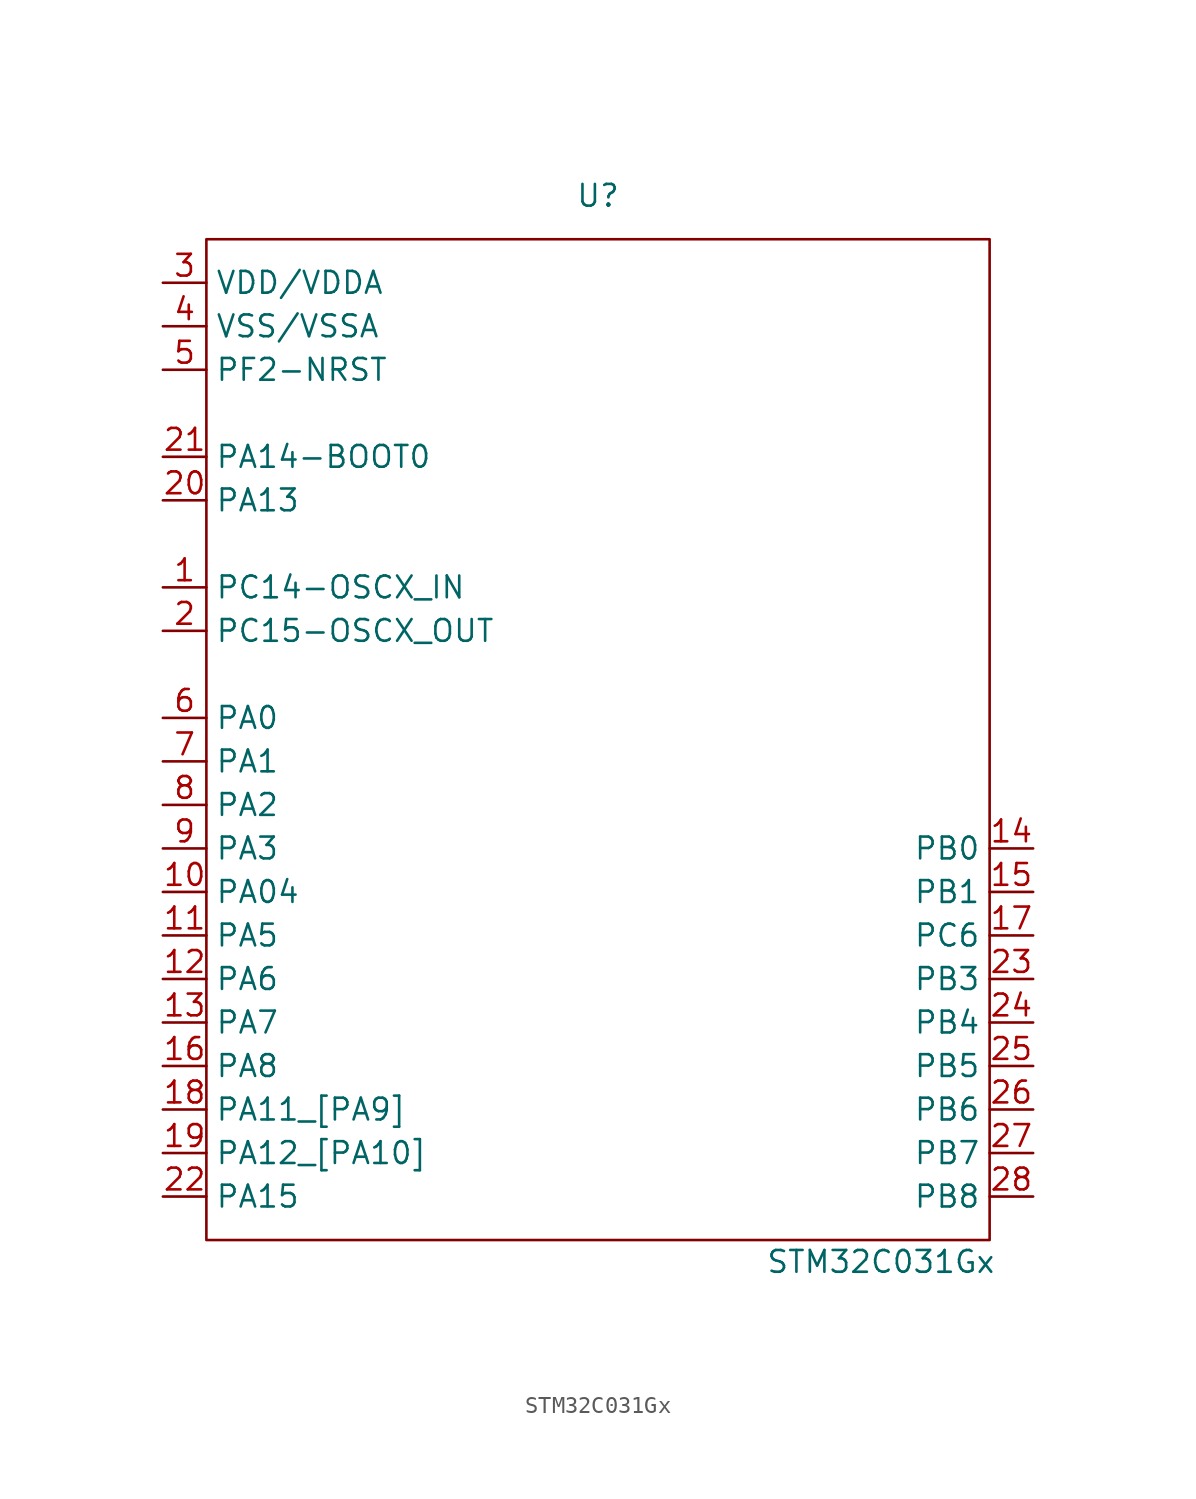
<source format=kicad_sym>
(kicad_symbol_lib
  (version 20211014)
  (generator kicad_symbol_editor)
  (symbol "STM32C031Gx"
    (property "Reference" "U"
      (at 0 -2.54 0)
      (effects (font (size 1.27 1.27))))
    (property "Value" "STM32C031Gx"
      (at 16.51 -64.77 0)
      (effects (font (size 1.27 1.27))))
    (symbol "STM32C031Gx_0_1"
      (rectangle (start -22.86 -5.08) (end 22.86 -63.5) (stroke (width 0) (type default) (color 0 0 0 0)) (fill (type none))))
    (symbol "STM32C031Gx_1_1"
      (pin input line (at -25.4 -25.4 0) (length 2.54) (name "PC14-OSCX_IN" (effects (font (size 1.27 1.27)))) (number "1" (effects (font (size 1.27 1.27)))))
      (pin input line (at -25.4 -43.18 0) (length 2.54) (name "PA04" (effects (font (size 1.27 1.27)))) (number "10" (effects (font (size 1.27 1.27)))))
      (pin input line (at -25.4 -45.72 0) (length 2.54) (name "PA5" (effects (font (size 1.27 1.27)))) (number "11" (effects (font (size 1.27 1.27)))))
      (pin input line (at -25.4 -48.26 0) (length 2.54) (name "PA6" (effects (font (size 1.27 1.27)))) (number "12" (effects (font (size 1.27 1.27)))))
      (pin input line (at -25.4 -50.8 0) (length 2.54) (name "PA7" (effects (font (size 1.27 1.27)))) (number "13" (effects (font (size 1.27 1.27)))))
      (pin input line (at 25.4 -40.64 180) (length 2.54) (name "PB0" (effects (font (size 1.27 1.27)))) (number "14" (effects (font (size 1.27 1.27)))))
      (pin input line (at 25.4 -43.18 180) (length 2.54) (name "PB1" (effects (font (size 1.27 1.27)))) (number "15" (effects (font (size 1.27 1.27)))))
      (pin input line (at -25.4 -53.34 0) (length 2.54) (name "PA8" (effects (font (size 1.27 1.27)))) (number "16" (effects (font (size 1.27 1.27)))))
      (pin input line (at 25.4 -45.72 180) (length 2.54) (name "PC6" (effects (font (size 1.27 1.27)))) (number "17" (effects (font (size 1.27 1.27)))))
      (pin input line (at -25.4 -55.88 0) (length 2.54) (name "PA11_[PA9]" (effects (font (size 1.27 1.27)))) (number "18" (effects (font (size 1.27 1.27)))))
      (pin input line (at -25.4 -58.42 0) (length 2.54) (name "PA12_[PA10]" (effects (font (size 1.27 1.27)))) (number "19" (effects (font (size 1.27 1.27)))))
      (pin input line (at -25.4 -27.94 0) (length 2.54) (name "PC15-OSCX_OUT" (effects (font (size 1.27 1.27)))) (number "2" (effects (font (size 1.27 1.27)))))
      (pin input line (at -25.4 -20.32 0) (length 2.54) (name "PA13" (effects (font (size 1.27 1.27)))) (number "20" (effects (font (size 1.27 1.27)))))
      (pin input line (at -25.4 -17.78 0) (length 2.54) (name "PA14-BOOT0" (effects (font (size 1.27 1.27)))) (number "21" (effects (font (size 1.27 1.27)))))
      (pin input line (at -25.4 -60.96 0) (length 2.54) (name "PA15" (effects (font (size 1.27 1.27)))) (number "22" (effects (font (size 1.27 1.27)))))
      (pin input line (at 25.4 -48.26 180) (length 2.54) (name "PB3" (effects (font (size 1.27 1.27)))) (number "23" (effects (font (size 1.27 1.27)))))
      (pin input line (at 25.4 -50.8 180) (length 2.54) (name "PB4" (effects (font (size 1.27 1.27)))) (number "24" (effects (font (size 1.27 1.27)))))
      (pin input line (at 25.4 -53.34 180) (length 2.54) (name "PB5" (effects (font (size 1.27 1.27)))) (number "25" (effects (font (size 1.27 1.27)))))
      (pin input line (at 25.4 -55.88 180) (length 2.54) (name "PB6" (effects (font (size 1.27 1.27)))) (number "26" (effects (font (size 1.27 1.27)))))
      (pin input line (at 25.4 -58.42 180) (length 2.54) (name "PB7" (effects (font (size 1.27 1.27)))) (number "27" (effects (font (size 1.27 1.27)))))
      (pin input line (at 25.4 -60.96 180) (length 2.54) (name "PB8" (effects (font (size 1.27 1.27)))) (number "28" (effects (font (size 1.27 1.27)))))
      (pin input line (at -25.4 -7.62 0) (length 2.54) (name "VDD/VDDA" (effects (font (size 1.27 1.27)))) (number "3" (effects (font (size 1.27 1.27)))))
      (pin input line (at -25.4 -10.16 0) (length 2.54) (name "VSS/VSSA" (effects (font (size 1.27 1.27)))) (number "4" (effects (font (size 1.27 1.27)))))
      (pin input line (at -25.4 -12.7 0) (length 2.54) (name "PF2-NRST" (effects (font (size 1.27 1.27)))) (number "5" (effects (font (size 1.27 1.27)))))
      (pin input line (at -25.4 -33.02 0) (length 2.54) (name "PA0" (effects (font (size 1.27 1.27)))) (number "6" (effects (font (size 1.27 1.27)))))
      (pin input line (at -25.4 -35.56 0) (length 2.54) (name "PA1" (effects (font (size 1.27 1.27)))) (number "7" (effects (font (size 1.27 1.27)))))
      (pin input line (at -25.4 -38.1 0) (length 2.54) (name "PA2" (effects (font (size 1.27 1.27)))) (number "8" (effects (font (size 1.27 1.27)))))
      (pin input line (at -25.4 -40.64 0) (length 2.54) (name "PA3" (effects (font (size 1.27 1.27)))) (number "9" (effects (font (size 1.27 1.27))))))))
</source>
